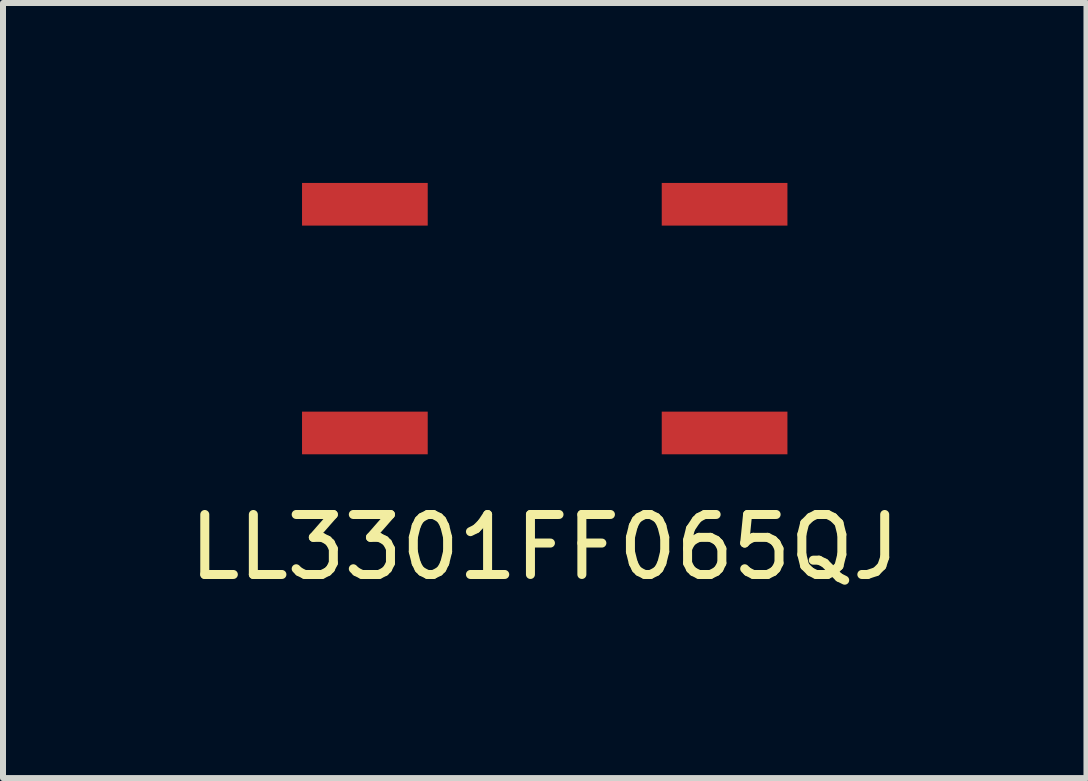
<source format=kicad_pcb>
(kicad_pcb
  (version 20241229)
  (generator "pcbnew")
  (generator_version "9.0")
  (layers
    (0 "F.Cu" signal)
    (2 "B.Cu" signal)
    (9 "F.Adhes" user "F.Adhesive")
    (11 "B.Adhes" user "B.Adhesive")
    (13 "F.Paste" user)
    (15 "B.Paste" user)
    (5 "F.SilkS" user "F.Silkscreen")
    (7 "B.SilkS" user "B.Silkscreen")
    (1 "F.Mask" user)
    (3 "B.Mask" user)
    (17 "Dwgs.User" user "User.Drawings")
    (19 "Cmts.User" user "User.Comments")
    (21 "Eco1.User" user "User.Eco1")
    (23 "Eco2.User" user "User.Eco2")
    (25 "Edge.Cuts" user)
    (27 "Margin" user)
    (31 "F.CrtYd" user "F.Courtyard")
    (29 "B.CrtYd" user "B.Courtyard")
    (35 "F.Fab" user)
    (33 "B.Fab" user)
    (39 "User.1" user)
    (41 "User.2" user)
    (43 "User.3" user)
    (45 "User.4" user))
  (footprint "LL3301FF065QJ"
    (layer "F.Cu")
    (at 6.03 2.261)
    (property "Reference" "LL3301FF065QJ" (at 0 3.81 0) (layer "F.SilkS") (effects (font (size 1 1) (thickness 0.15))))
    (attr smd)
    (pad "1" smd rect (at -2.998 -1.906) (size 2.095 0.711) (layers "F.Cu" "F.Mask" "F.Paste"))
    (pad "1" smd rect (at 2.998 -1.906) (size 2.095 0.711) (layers "F.Cu" "F.Mask" "F.Paste"))
    (pad "2" smd rect (at -2.998 1.906) (size 2.095 0.711) (layers "F.Cu" "F.Mask" "F.Paste"))
    (pad "2" smd rect (at 2.998 1.906) (size 2.095 0.711) (layers "F.Cu" "F.Mask" "F.Paste")))
  (gr_rect
    (start -3 -3)
    (end 15.06 9.919)
    (stroke (width 0.1) (type default))
    (fill no)
    (layer "Edge.Cuts")))
</source>
